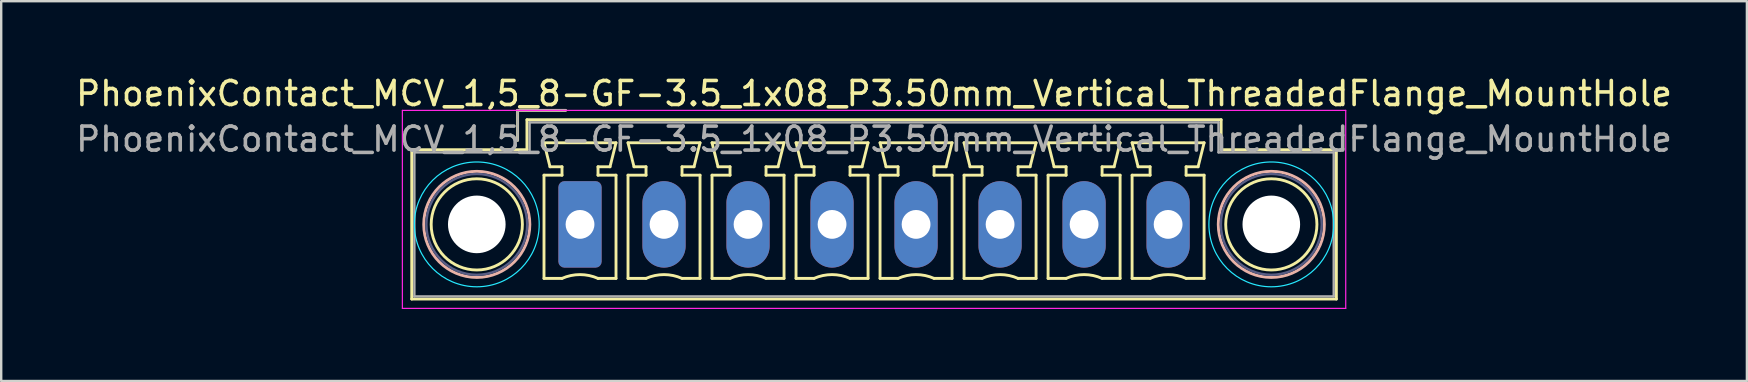
<source format=kicad_pcb>
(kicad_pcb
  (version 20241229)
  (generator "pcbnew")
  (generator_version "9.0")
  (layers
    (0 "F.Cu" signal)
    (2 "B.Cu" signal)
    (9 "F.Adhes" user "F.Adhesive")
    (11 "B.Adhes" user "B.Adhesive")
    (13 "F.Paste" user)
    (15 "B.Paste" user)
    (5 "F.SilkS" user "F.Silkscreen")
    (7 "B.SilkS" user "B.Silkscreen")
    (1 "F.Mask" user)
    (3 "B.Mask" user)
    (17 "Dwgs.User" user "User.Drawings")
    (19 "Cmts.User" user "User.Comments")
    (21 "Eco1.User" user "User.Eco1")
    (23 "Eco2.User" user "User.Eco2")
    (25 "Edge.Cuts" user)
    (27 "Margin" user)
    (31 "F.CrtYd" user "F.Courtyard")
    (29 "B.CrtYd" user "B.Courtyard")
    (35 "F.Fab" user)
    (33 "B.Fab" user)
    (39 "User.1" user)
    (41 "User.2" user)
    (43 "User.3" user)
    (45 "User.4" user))
  (footprint "PhoenixContact_MCV_1,5_8-GF-3.5_1x08_P3.50mm_Vertical_ThreadedFlange_MountHole"
    (layer "F.Cu")
    (at 21.113 6.298)
    (property "Reference" "PhoenixContact_MCV_1,5_8-GF-3.5_1x08_P3.50mm_Vertical_ThreadedFlange_MountHole" (at 12.25 -5.45 0) (layer "F.SilkS") (effects (font (size 1 1) (thickness 0.15))))
    (attr through_hole)
    (fp_line (start -7.01 -3.11) (end -7.01 3.11) (stroke (width 0.12) (type solid)) (layer "F.SilkS"))
    (fp_line (start -7.01 3.11) (end 31.51 3.11) (stroke (width 0.12) (type solid)) (layer "F.SilkS"))
    (fp_line (start -2.6 -4.75) (end -0.6 -4.75) (stroke (width 0.12) (type solid)) (layer "F.SilkS"))
    (fp_line (start -2.6 -3.5) (end -2.6 -4.75) (stroke (width 0.12) (type solid)) (layer "F.SilkS"))
    (fp_line (start -2.21 -4.36) (end -2.21 -3.11) (stroke (width 0.12) (type solid)) (layer "F.SilkS"))
    (fp_line (start -2.21 -3.11) (end -7.01 -3.11) (stroke (width 0.12) (type solid)) (layer "F.SilkS"))
    (fp_line (start -1.5 -3.4) (end 1.5 -3.4) (stroke (width 0.12) (type solid)) (layer "F.SilkS"))
    (fp_line (start -1.5 -2.05) (end -0.75 -2.05) (stroke (width 0.12) (type solid)) (layer "F.SilkS"))
    (fp_line (start -1.5 2.25) (end -1.5 -2.05) (stroke (width 0.12) (type solid)) (layer "F.SilkS"))
    (fp_line (start -1.25 -2.4) (end -1.5 -3.4) (stroke (width 0.12) (type solid)) (layer "F.SilkS"))
    (fp_line (start -0.75 -2.4) (end -1.25 -2.4) (stroke (width 0.12) (type solid)) (layer "F.SilkS"))
    (fp_line (start -0.75 -2.05) (end -0.75 -2.4) (stroke (width 0.12) (type solid)) (layer "F.SilkS"))
    (fp_line (start -0.75 2.25) (end -1.5 2.25) (stroke (width 0.12) (type solid)) (layer "F.SilkS"))
    (fp_line (start 0.75 -2.4) (end 0.75 -2.05) (stroke (width 0.12) (type solid)) (layer "F.SilkS"))
    (fp_line (start 0.75 -2.05) (end 1.5 -2.05) (stroke (width 0.12) (type solid)) (layer "F.SilkS"))
    (fp_line (start 1.25 -2.4) (end 0.75 -2.4) (stroke (width 0.12) (type solid)) (layer "F.SilkS"))
    (fp_line (start 1.5 -3.4) (end 1.25 -2.4) (stroke (width 0.12) (type solid)) (layer "F.SilkS"))
    (fp_line (start 1.5 -2.05) (end 1.5 2.25) (stroke (width 0.12) (type solid)) (layer "F.SilkS"))
    (fp_line (start 1.5 2.25) (end 0.75 2.25) (stroke (width 0.12) (type solid)) (layer "F.SilkS"))
    (fp_line (start 2 -3.4) (end 5 -3.4) (stroke (width 0.12) (type solid)) (layer "F.SilkS"))
    (fp_line (start 2 -2.05) (end 2.75 -2.05) (stroke (width 0.12) (type solid)) (layer "F.SilkS"))
    (fp_line (start 2 2.25) (end 2 -2.05) (stroke (width 0.12) (type solid)) (layer "F.SilkS"))
    (fp_line (start 2.25 -2.4) (end 2 -3.4) (stroke (width 0.12) (type solid)) (layer "F.SilkS"))
    (fp_line (start 2.75 -2.4) (end 2.25 -2.4) (stroke (width 0.12) (type solid)) (layer "F.SilkS"))
    (fp_line (start 2.75 -2.05) (end 2.75 -2.4) (stroke (width 0.12) (type solid)) (layer "F.SilkS"))
    (fp_line (start 2.75 2.25) (end 2 2.25) (stroke (width 0.12) (type solid)) (layer "F.SilkS"))
    (fp_line (start 4.25 -2.4) (end 4.25 -2.05) (stroke (width 0.12) (type solid)) (layer "F.SilkS"))
    (fp_line (start 4.25 -2.05) (end 5 -2.05) (stroke (width 0.12) (type solid)) (layer "F.SilkS"))
    (fp_line (start 4.75 -2.4) (end 4.25 -2.4) (stroke (width 0.12) (type solid)) (layer "F.SilkS"))
    (fp_line (start 5 -3.4) (end 4.75 -2.4) (stroke (width 0.12) (type solid)) (layer "F.SilkS"))
    (fp_line (start 5 -2.05) (end 5 2.25) (stroke (width 0.12) (type solid)) (layer "F.SilkS"))
    (fp_line (start 5 2.25) (end 4.25 2.25) (stroke (width 0.12) (type solid)) (layer "F.SilkS"))
    (fp_line (start 5.5 -3.4) (end 8.5 -3.4) (stroke (width 0.12) (type solid)) (layer "F.SilkS"))
    (fp_line (start 5.5 -2.05) (end 6.25 -2.05) (stroke (width 0.12) (type solid)) (layer "F.SilkS"))
    (fp_line (start 5.5 2.25) (end 5.5 -2.05) (stroke (width 0.12) (type solid)) (layer "F.SilkS"))
    (fp_line (start 5.75 -2.4) (end 5.5 -3.4) (stroke (width 0.12) (type solid)) (layer "F.SilkS"))
    (fp_line (start 6.25 -2.4) (end 5.75 -2.4) (stroke (width 0.12) (type solid)) (layer "F.SilkS"))
    (fp_line (start 6.25 -2.05) (end 6.25 -2.4) (stroke (width 0.12) (type solid)) (layer "F.SilkS"))
    (fp_line (start 6.25 2.25) (end 5.5 2.25) (stroke (width 0.12) (type solid)) (layer "F.SilkS"))
    (fp_line (start 7.75 -2.4) (end 7.75 -2.05) (stroke (width 0.12) (type solid)) (layer "F.SilkS"))
    (fp_line (start 7.75 -2.05) (end 8.5 -2.05) (stroke (width 0.12) (type solid)) (layer "F.SilkS"))
    (fp_line (start 8.25 -2.4) (end 7.75 -2.4) (stroke (width 0.12) (type solid)) (layer "F.SilkS"))
    (fp_line (start 8.5 -3.4) (end 8.25 -2.4) (stroke (width 0.12) (type solid)) (layer "F.SilkS"))
    (fp_line (start 8.5 -2.05) (end 8.5 2.25) (stroke (width 0.12) (type solid)) (layer "F.SilkS"))
    (fp_line (start 8.5 2.25) (end 7.75 2.25) (stroke (width 0.12) (type solid)) (layer "F.SilkS"))
    (fp_line (start 9 -3.4) (end 12 -3.4) (stroke (width 0.12) (type solid)) (layer "F.SilkS"))
    (fp_line (start 9 -2.05) (end 9.75 -2.05) (stroke (width 0.12) (type solid)) (layer "F.SilkS"))
    (fp_line (start 9 2.25) (end 9 -2.05) (stroke (width 0.12) (type solid)) (layer "F.SilkS"))
    (fp_line (start 9.25 -2.4) (end 9 -3.4) (stroke (width 0.12) (type solid)) (layer "F.SilkS"))
    (fp_line (start 9.75 -2.4) (end 9.25 -2.4) (stroke (width 0.12) (type solid)) (layer "F.SilkS"))
    (fp_line (start 9.75 -2.05) (end 9.75 -2.4) (stroke (width 0.12) (type solid)) (layer "F.SilkS"))
    (fp_line (start 9.75 2.25) (end 9 2.25) (stroke (width 0.12) (type solid)) (layer "F.SilkS"))
    (fp_line (start 11.25 -2.4) (end 11.25 -2.05) (stroke (width 0.12) (type solid)) (layer "F.SilkS"))
    (fp_line (start 11.25 -2.05) (end 12 -2.05) (stroke (width 0.12) (type solid)) (layer "F.SilkS"))
    (fp_line (start 11.75 -2.4) (end 11.25 -2.4) (stroke (width 0.12) (type solid)) (layer "F.SilkS"))
    (fp_line (start 12 -3.4) (end 11.75 -2.4) (stroke (width 0.12) (type solid)) (layer "F.SilkS"))
    (fp_line (start 12 -2.05) (end 12 2.25) (stroke (width 0.12) (type solid)) (layer "F.SilkS"))
    (fp_line (start 12 2.25) (end 11.25 2.25) (stroke (width 0.12) (type solid)) (layer "F.SilkS"))
    (fp_line (start 12.5 -3.4) (end 15.5 -3.4) (stroke (width 0.12) (type solid)) (layer "F.SilkS"))
    (fp_line (start 12.5 -2.05) (end 13.25 -2.05) (stroke (width 0.12) (type solid)) (layer "F.SilkS"))
    (fp_line (start 12.5 2.25) (end 12.5 -2.05) (stroke (width 0.12) (type solid)) (layer "F.SilkS"))
    (fp_line (start 12.75 -2.4) (end 12.5 -3.4) (stroke (width 0.12) (type solid)) (layer "F.SilkS"))
    (fp_line (start 13.25 -2.4) (end 12.75 -2.4) (stroke (width 0.12) (type solid)) (layer "F.SilkS"))
    (fp_line (start 13.25 -2.05) (end 13.25 -2.4) (stroke (width 0.12) (type solid)) (layer "F.SilkS"))
    (fp_line (start 13.25 2.25) (end 12.5 2.25) (stroke (width 0.12) (type solid)) (layer "F.SilkS"))
    (fp_line (start 14.75 -2.4) (end 14.75 -2.05) (stroke (width 0.12) (type solid)) (layer "F.SilkS"))
    (fp_line (start 14.75 -2.05) (end 15.5 -2.05) (stroke (width 0.12) (type solid)) (layer "F.SilkS"))
    (fp_line (start 15.25 -2.4) (end 14.75 -2.4) (stroke (width 0.12) (type solid)) (layer "F.SilkS"))
    (fp_line (start 15.5 -3.4) (end 15.25 -2.4) (stroke (width 0.12) (type solid)) (layer "F.SilkS"))
    (fp_line (start 15.5 -2.05) (end 15.5 2.25) (stroke (width 0.12) (type solid)) (layer "F.SilkS"))
    (fp_line (start 15.5 2.25) (end 14.75 2.25) (stroke (width 0.12) (type solid)) (layer "F.SilkS"))
    (fp_line (start 16 -3.4) (end 19 -3.4) (stroke (width 0.12) (type solid)) (layer "F.SilkS"))
    (fp_line (start 16 -2.05) (end 16.75 -2.05) (stroke (width 0.12) (type solid)) (layer "F.SilkS"))
    (fp_line (start 16 2.25) (end 16 -2.05) (stroke (width 0.12) (type solid)) (layer "F.SilkS"))
    (fp_line (start 16.25 -2.4) (end 16 -3.4) (stroke (width 0.12) (type solid)) (layer "F.SilkS"))
    (fp_line (start 16.75 -2.4) (end 16.25 -2.4) (stroke (width 0.12) (type solid)) (layer "F.SilkS"))
    (fp_line (start 16.75 -2.05) (end 16.75 -2.4) (stroke (width 0.12) (type solid)) (layer "F.SilkS"))
    (fp_line (start 16.75 2.25) (end 16 2.25) (stroke (width 0.12) (type solid)) (layer "F.SilkS"))
    (fp_line (start 18.25 -2.4) (end 18.25 -2.05) (stroke (width 0.12) (type solid)) (layer "F.SilkS"))
    (fp_line (start 18.25 -2.05) (end 19 -2.05) (stroke (width 0.12) (type solid)) (layer "F.SilkS"))
    (fp_line (start 18.75 -2.4) (end 18.25 -2.4) (stroke (width 0.12) (type solid)) (layer "F.SilkS"))
    (fp_line (start 19 -3.4) (end 18.75 -2.4) (stroke (width 0.12) (type solid)) (layer "F.SilkS"))
    (fp_line (start 19 -2.05) (end 19 2.25) (stroke (width 0.12) (type solid)) (layer "F.SilkS"))
    (fp_line (start 19 2.25) (end 18.25 2.25) (stroke (width 0.12) (type solid)) (layer "F.SilkS"))
    (fp_line (start 19.5 -3.4) (end 22.5 -3.4) (stroke (width 0.12) (type solid)) (layer "F.SilkS"))
    (fp_line (start 19.5 -2.05) (end 20.25 -2.05) (stroke (width 0.12) (type solid)) (layer "F.SilkS"))
    (fp_line (start 19.5 2.25) (end 19.5 -2.05) (stroke (width 0.12) (type solid)) (layer "F.SilkS"))
    (fp_line (start 19.75 -2.4) (end 19.5 -3.4) (stroke (width 0.12) (type solid)) (layer "F.SilkS"))
    (fp_line (start 20.25 -2.4) (end 19.75 -2.4) (stroke (width 0.12) (type solid)) (layer "F.SilkS"))
    (fp_line (start 20.25 -2.05) (end 20.25 -2.4) (stroke (width 0.12) (type solid)) (layer "F.SilkS"))
    (fp_line (start 20.25 2.25) (end 19.5 2.25) (stroke (width 0.12) (type solid)) (layer "F.SilkS"))
    (fp_line (start 21.75 -2.4) (end 21.75 -2.05) (stroke (width 0.12) (type solid)) (layer "F.SilkS"))
    (fp_line (start 21.75 -2.05) (end 22.5 -2.05) (stroke (width 0.12) (type solid)) (layer "F.SilkS"))
    (fp_line (start 22.25 -2.4) (end 21.75 -2.4) (stroke (width 0.12) (type solid)) (layer "F.SilkS"))
    (fp_line (start 22.5 -3.4) (end 22.25 -2.4) (stroke (width 0.12) (type solid)) (layer "F.SilkS"))
    (fp_line (start 22.5 -2.05) (end 22.5 2.25) (stroke (width 0.12) (type solid)) (layer "F.SilkS"))
    (fp_line (start 22.5 2.25) (end 21.75 2.25) (stroke (width 0.12) (type solid)) (layer "F.SilkS"))
    (fp_line (start 23 -3.4) (end 26 -3.4) (stroke (width 0.12) (type solid)) (layer "F.SilkS"))
    (fp_line (start 23 -2.05) (end 23.75 -2.05) (stroke (width 0.12) (type solid)) (layer "F.SilkS"))
    (fp_line (start 23 2.25) (end 23 -2.05) (stroke (width 0.12) (type solid)) (layer "F.SilkS"))
    (fp_line (start 23.25 -2.4) (end 23 -3.4) (stroke (width 0.12) (type solid)) (layer "F.SilkS"))
    (fp_line (start 23.75 -2.4) (end 23.25 -2.4) (stroke (width 0.12) (type solid)) (layer "F.SilkS"))
    (fp_line (start 23.75 -2.05) (end 23.75 -2.4) (stroke (width 0.12) (type solid)) (layer "F.SilkS"))
    (fp_line (start 23.75 2.25) (end 23 2.25) (stroke (width 0.12) (type solid)) (layer "F.SilkS"))
    (fp_line (start 25.25 -2.4) (end 25.25 -2.05) (stroke (width 0.12) (type solid)) (layer "F.SilkS"))
    (fp_line (start 25.25 -2.05) (end 26 -2.05) (stroke (width 0.12) (type solid)) (layer "F.SilkS"))
    (fp_line (start 25.75 -2.4) (end 25.25 -2.4) (stroke (width 0.12) (type solid)) (layer "F.SilkS"))
    (fp_line (start 26 -3.4) (end 25.75 -2.4) (stroke (width 0.12) (type solid)) (layer "F.SilkS"))
    (fp_line (start 26 -2.05) (end 26 2.25) (stroke (width 0.12) (type solid)) (layer "F.SilkS"))
    (fp_line (start 26 2.25) (end 25.25 2.25) (stroke (width 0.12) (type solid)) (layer "F.SilkS"))
    (fp_line (start 26.71 -4.36) (end -2.21 -4.36) (stroke (width 0.12) (type solid)) (layer "F.SilkS"))
    (fp_line (start 26.71 -3.11) (end 26.71 -4.36) (stroke (width 0.12) (type solid)) (layer "F.SilkS"))
    (fp_line (start 31.51 -3.11) (end 26.71 -3.11) (stroke (width 0.12) (type solid)) (layer "F.SilkS"))
    (fp_line (start 31.51 3.11) (end 31.51 -3.11) (stroke (width 0.12) (type solid)) (layer "F.SilkS"))
    (fp_arc (start -0.75 2.25) (mid -0.000193 2.09191) (end 0.749647 2.249844) (stroke (width 0.12) (type solid)) (layer "F.SilkS"))
    (fp_arc (start 2.75 2.25) (mid 3.499807 2.09191) (end 4.249647 2.249844) (stroke (width 0.12) (type solid)) (layer "F.SilkS"))
    (fp_arc (start 6.25 2.25) (mid 6.999807 2.09191) (end 7.749647 2.249844) (stroke (width 0.12) (type solid)) (layer "F.SilkS"))
    (fp_arc (start 9.75 2.25) (mid 10.499807 2.09191) (end 11.249647 2.249844) (stroke (width 0.12) (type solid)) (layer "F.SilkS"))
    (fp_arc (start 13.25 2.25) (mid 13.999807 2.09191) (end 14.749647 2.249844) (stroke (width 0.12) (type solid)) (layer "F.SilkS"))
    (fp_arc (start 16.75 2.25) (mid 17.499807 2.09191) (end 18.249647 2.249844) (stroke (width 0.12) (type solid)) (layer "F.SilkS"))
    (fp_arc (start 20.25 2.25) (mid 20.999807 2.09191) (end 21.749647 2.249844) (stroke (width 0.12) (type solid)) (layer "F.SilkS"))
    (fp_arc (start 23.75 2.25) (mid 24.499807 2.09191) (end 25.249647 2.249844) (stroke (width 0.12) (type solid)) (layer "F.SilkS"))
    (fp_circle (center -4.3 0) (end -2.4 0) (stroke (width 0.12) (type solid)) (fill no) (layer "F.SilkS"))
    (fp_circle (center 28.8 0) (end 30.7 0) (stroke (width 0.12) (type solid)) (fill no) (layer "F.SilkS"))
    (fp_circle (center -4.3 0) (end -2.09 0) (stroke (width 0.12) (type solid)) (fill no) (layer "B.SilkS"))
    (fp_circle (center 28.8 0) (end 31.01 0) (stroke (width 0.12) (type solid)) (fill no) (layer "B.SilkS"))
    (fp_circle (center -4.3 0) (end -1.7 0) (stroke (width 0.05) (type solid)) (fill no) (layer "B.CrtYd"))
    (fp_circle (center 28.8 0) (end 31.4 0) (stroke (width 0.05) (type solid)) (fill no) (layer "B.CrtYd"))
    (fp_line (start -7.4 -4.75) (end -7.4 3.5) (stroke (width 0.05) (type solid)) (layer "F.CrtYd"))
    (fp_line (start -7.4 3.5) (end 31.9 3.5) (stroke (width 0.05) (type solid)) (layer "F.CrtYd"))
    (fp_line (start 31.9 -4.75) (end -7.4 -4.75) (stroke (width 0.05) (type solid)) (layer "F.CrtYd"))
    (fp_line (start 31.9 3.5) (end 31.9 -4.75) (stroke (width 0.05) (type solid)) (layer "F.CrtYd"))
    (fp_circle (center -4.3 0) (end -2.2 0) (stroke (width 0.1) (type solid)) (fill no) (layer "B.Fab"))
    (fp_circle (center 28.8 0) (end 30.9 0) (stroke (width 0.1) (type solid)) (fill no) (layer "B.Fab"))
    (fp_line (start -6.9 -3) (end -6.9 3) (stroke (width 0.1) (type solid)) (layer "F.Fab"))
    (fp_line (start -6.9 3) (end 31.4 3) (stroke (width 0.1) (type solid)) (layer "F.Fab"))
    (fp_line (start -2.6 -4.75) (end -0.6 -4.75) (stroke (width 0.1) (type solid)) (layer "F.Fab"))
    (fp_line (start -2.6 -3.5) (end -2.6 -4.75) (stroke (width 0.1) (type solid)) (layer "F.Fab"))
    (fp_line (start -2.1 -4.25) (end -2.1 -3) (stroke (width 0.1) (type solid)) (layer "F.Fab"))
    (fp_line (start -2.1 -3) (end -6.9 -3) (stroke (width 0.1) (type solid)) (layer "F.Fab"))
    (fp_line (start 26.6 -4.25) (end -2.1 -4.25) (stroke (width 0.1) (type solid)) (layer "F.Fab"))
    (fp_line (start 26.6 -3) (end 26.6 -4.25) (stroke (width 0.1) (type solid)) (layer "F.Fab"))
    (fp_line (start 31.4 -3) (end 26.6 -3) (stroke (width 0.1) (type solid)) (layer "F.Fab"))
    (fp_line (start 31.4 3) (end 31.4 -3) (stroke (width 0.1) (type solid)) (layer "F.Fab"))
    (fp_text user "${REFERENCE}" (at 12.25 -3.55 0) (layer "F.Fab") (effects (font (size 1 1) (thickness 0.15))))
    (pad "" np_thru_hole circle (at -4.3 0) (size 2.4 2.4) (drill 2.4) (layers "*.Cu" "*.Mask"))
    (pad "" np_thru_hole circle (at 28.8 0) (size 2.4 2.4) (drill 2.4) (layers "*.Cu" "*.Mask"))
    (pad "1" thru_hole roundrect (at 0 0) (size 1.8 3.6) (drill 1.2) (layers "*.Cu" "*.Mask") (roundrect_rratio 0.139))
    (pad "2" thru_hole oval (at 3.5 0) (size 1.8 3.6) (drill 1.2) (layers "*.Cu" "*.Mask"))
    (pad "3" thru_hole oval (at 7 0) (size 1.8 3.6) (drill 1.2) (layers "*.Cu" "*.Mask"))
    (pad "4" thru_hole oval (at 10.5 0) (size 1.8 3.6) (drill 1.2) (layers "*.Cu" "*.Mask"))
    (pad "5" thru_hole oval (at 14 0) (size 1.8 3.6) (drill 1.2) (layers "*.Cu" "*.Mask"))
    (pad "6" thru_hole oval (at 17.5 0) (size 1.8 3.6) (drill 1.2) (layers "*.Cu" "*.Mask"))
    (pad "7" thru_hole oval (at 21 0) (size 1.8 3.6) (drill 1.2) (layers "*.Cu" "*.Mask"))
    (pad "8" thru_hole oval (at 24.5 0) (size 1.8 3.6) (drill 1.2) (layers "*.Cu" "*.Mask")))
  (gr_rect
    (start -3 -3)
    (end 69.726 12.823)
    (stroke (width 0.1) (type default))
    (fill no)
    (layer "Edge.Cuts")))
</source>
